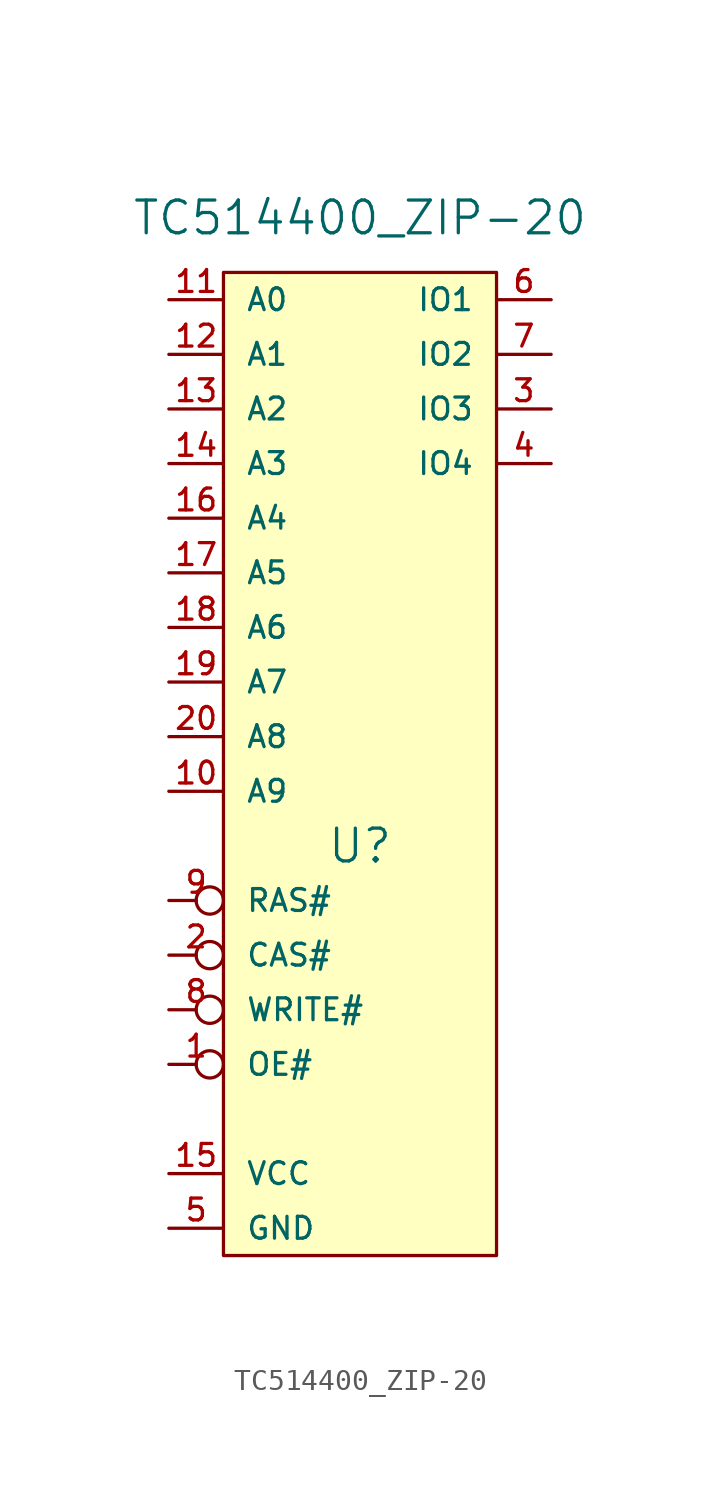
<source format=kicad_sym>
(kicad_symbol_lib
  (version 20211014)
  (generator kicad_symbol_editor)
  (symbol "TC514400_ZIP-20"
    (pin_names
      (offset 1.016))
    (property "Reference" "U"
      (at 0 -3.81 0)
      (effects (font (size 1.524 1.524))))
    (property "Value" "TC514400_ZIP-20"
      (at 0 25.4 0)
      (effects (font (size 1.524 1.524))))
    (symbol "TC514400_ZIP-20_0_1"
      (rectangle (start -6.35 22.86) (end 6.35 -22.86) (stroke (width 0) (type default) (color 0 0 0 0)) (fill (type background))))
    (symbol "TC514400_ZIP-20_1_1"
      (pin input inverted (at -8.89 -13.97 0) (length 2.54) (name "OE#" (effects (font (size 1.016 1.016)))) (number "1" (effects (font (size 1.016 1.016)))))
      (pin input line (at -8.89 -1.27 0) (length 2.54) (name "A9" (effects (font (size 1.016 1.016)))) (number "10" (effects (font (size 1.016 1.016)))))
      (pin input line (at -8.89 21.59 0) (length 2.54) (name "A0" (effects (font (size 1.016 1.016)))) (number "11" (effects (font (size 1.016 1.016)))))
      (pin input line (at -8.89 19.05 0) (length 2.54) (name "A1" (effects (font (size 1.016 1.016)))) (number "12" (effects (font (size 1.016 1.016)))))
      (pin input line (at -8.89 16.51 0) (length 2.54) (name "A2" (effects (font (size 1.016 1.016)))) (number "13" (effects (font (size 1.016 1.016)))))
      (pin input line (at -8.89 13.97 0) (length 2.54) (name "A3" (effects (font (size 1.016 1.016)))) (number "14" (effects (font (size 1.016 1.016)))))
      (pin input line (at -8.89 -19.05 0) (length 2.54) (name "VCC" (effects (font (size 1.016 1.016)))) (number "15" (effects (font (size 1.016 1.016)))))
      (pin input line (at -8.89 11.43 0) (length 2.54) (name "A4" (effects (font (size 1.016 1.016)))) (number "16" (effects (font (size 1.016 1.016)))))
      (pin input line (at -8.89 8.89 0) (length 2.54) (name "A5" (effects (font (size 1.016 1.016)))) (number "17" (effects (font (size 1.016 1.016)))))
      (pin input line (at -8.89 6.35 0) (length 2.54) (name "A6" (effects (font (size 1.016 1.016)))) (number "18" (effects (font (size 1.016 1.016)))))
      (pin input line (at -8.89 3.81 0) (length 2.54) (name "A7" (effects (font (size 1.016 1.016)))) (number "19" (effects (font (size 1.016 1.016)))))
      (pin input inverted (at -8.89 -8.89 0) (length 2.54) (name "CAS#" (effects (font (size 1.016 1.016)))) (number "2" (effects (font (size 1.016 1.016)))))
      (pin input line (at -8.89 1.27 0) (length 2.54) (name "A8" (effects (font (size 1.016 1.016)))) (number "20" (effects (font (size 1.016 1.016)))))
      (pin bidirectional line (at 8.89 16.51 180) (length 2.54) (name "IO3" (effects (font (size 1.016 1.016)))) (number "3" (effects (font (size 1.016 1.016)))))
      (pin bidirectional line (at 8.89 13.97 180) (length 2.54) (name "IO4" (effects (font (size 1.016 1.016)))) (number "4" (effects (font (size 1.016 1.016)))))
      (pin input line (at -8.89 -21.59 0) (length 2.54) (name "GND" (effects (font (size 1.016 1.016)))) (number "5" (effects (font (size 1.016 1.016)))))
      (pin bidirectional line (at 8.89 21.59 180) (length 2.54) (name "IO1" (effects (font (size 1.016 1.016)))) (number "6" (effects (font (size 1.016 1.016)))))
      (pin bidirectional line (at 8.89 19.05 180) (length 2.54) (name "IO2" (effects (font (size 1.016 1.016)))) (number "7" (effects (font (size 1.016 1.016)))))
      (pin input inverted (at -8.89 -11.43 0) (length 2.54) (name "WRITE#" (effects (font (size 1.016 1.016)))) (number "8" (effects (font (size 1.016 1.016)))))
      (pin input inverted (at -8.89 -6.35 0) (length 2.54) (name "RAS#" (effects (font (size 1.016 1.016)))) (number "9" (effects (font (size 1.016 1.016))))))))
</source>
